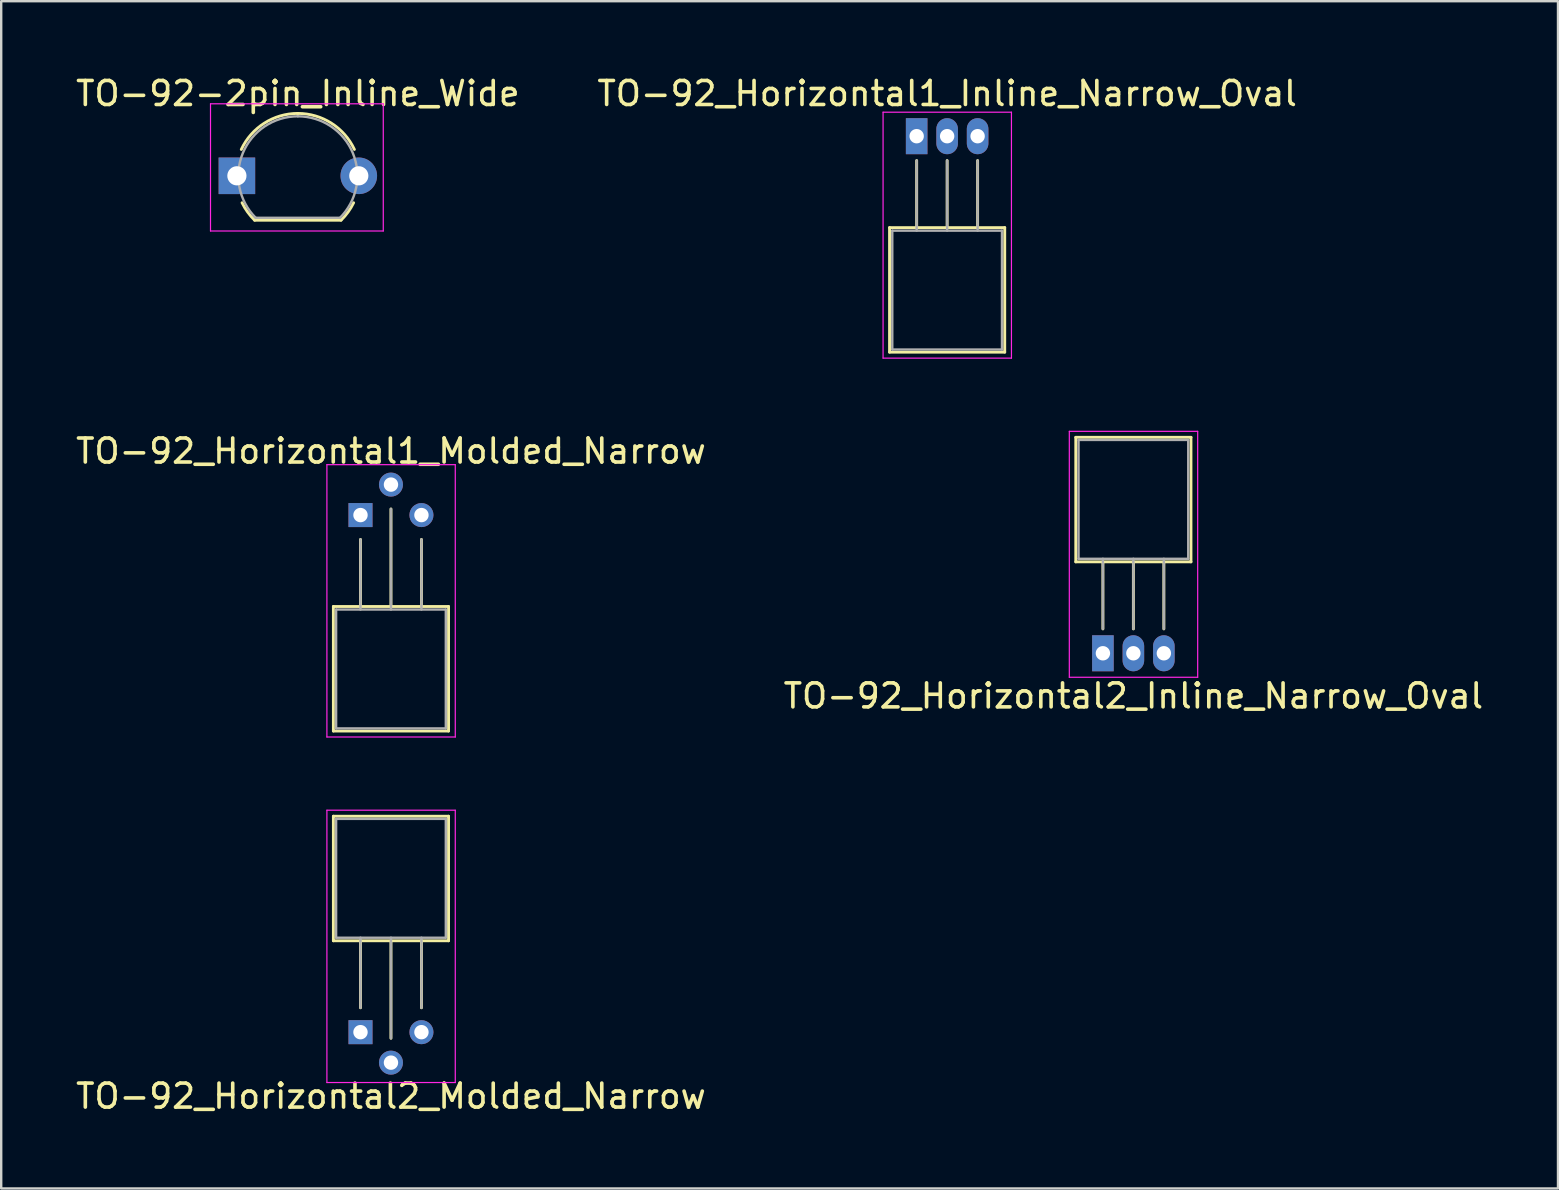
<source format=kicad_pcb>
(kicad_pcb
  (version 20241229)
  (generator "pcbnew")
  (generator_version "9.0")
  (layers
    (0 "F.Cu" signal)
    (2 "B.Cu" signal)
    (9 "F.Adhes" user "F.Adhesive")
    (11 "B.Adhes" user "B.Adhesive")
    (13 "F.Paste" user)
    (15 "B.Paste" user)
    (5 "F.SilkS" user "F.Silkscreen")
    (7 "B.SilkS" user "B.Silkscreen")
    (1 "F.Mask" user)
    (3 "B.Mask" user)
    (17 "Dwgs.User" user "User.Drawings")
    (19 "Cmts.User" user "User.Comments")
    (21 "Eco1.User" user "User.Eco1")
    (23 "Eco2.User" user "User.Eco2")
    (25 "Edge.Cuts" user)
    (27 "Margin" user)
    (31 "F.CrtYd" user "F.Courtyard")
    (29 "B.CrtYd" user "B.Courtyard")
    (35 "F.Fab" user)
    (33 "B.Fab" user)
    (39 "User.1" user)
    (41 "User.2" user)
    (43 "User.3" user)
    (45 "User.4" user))
  (footprint "TO-92-2pin_Inline_Wide"
    (layer "F.Cu")
    (at 6.823 4.277)
    (property "Reference" "TO-92-2pin_Inline_Wide" (at 2.54 -3.429 180) (layer "F.SilkS") (effects (font (size 1 1) (thickness 0.15))))
    (attr through_hole)
    (fp_line (start 0.74 1.85) (end 4.34 1.85) (stroke (width 0.12) (type solid)) (layer "F.SilkS"))
    (fp_arc (start 0.1836 -1.098807) (mid 1.143021 -2.192817) (end 2.54 -2.6) (stroke (width 0.12) (type solid)) (layer "F.SilkS"))
    (fp_arc (start 0.74 1.85) (mid 0.446097 1.509328) (end 0.215816 1.122795) (stroke (width 0.12) (type solid)) (layer "F.SilkS"))
    (fp_arc (start 2.54 -2.6) (mid 3.936979 -2.192818) (end 4.8964 -1.098807) (stroke (width 0.12) (type solid)) (layer "F.SilkS"))
    (fp_arc (start 4.864184 1.122795) (mid 4.633903 1.509328) (end 4.34 1.85) (stroke (width 0.12) (type solid)) (layer "F.SilkS"))
    (fp_line (start -1.1 -3) (end 6.1 -3) (stroke (width 0.05) (type solid)) (layer "F.CrtYd"))
    (fp_line (start -1.1 2.3) (end -1.1 -3) (stroke (width 0.05) (type solid)) (layer "F.CrtYd"))
    (fp_line (start 6.1 -3) (end 6.1 2.3) (stroke (width 0.05) (type solid)) (layer "F.CrtYd"))
    (fp_line (start 6.1 2.3) (end -1.1 2.3) (stroke (width 0.05) (type solid)) (layer "F.CrtYd"))
    (fp_line (start 0.8 1.75) (end 4.3 1.75) (stroke (width 0.1) (type solid)) (layer "F.Fab"))
    (fp_arc (start 0.786375 1.753625) (mid 0.248779 -0.949055) (end 2.54 -2.48) (stroke (width 0.1) (type solid)) (layer "F.Fab"))
    (fp_arc (start 2.54 -2.48) (mid 4.831221 -0.949055) (end 4.293625 1.753625) (stroke (width 0.1) (type solid)) (layer "F.Fab"))
    (pad "1" thru_hole rect (at 0 0 90) (size 1.524 1.524) (drill 0.8) (layers "*.Cu" "*.Mask"))
    (pad "2" thru_hole circle (at 5.08 0 90) (size 1.524 1.524) (drill 0.8) (layers "*.Cu" "*.Mask")))
  (footprint "TO-92_Horizontal2_Molded_Narrow"
    (layer "F.Cu")
    (at 11.974 39.967)
    (property "Reference" "TO-92_Horizontal2_Molded_Narrow" (at 1.27 2.667 180) (layer "F.SilkS") (effects (font (size 1 1) (thickness 0.15))))
    (attr through_hole)
    (fp_line (start -1.13 -9) (end -1.13 -3.81) (stroke (width 0.12) (type solid)) (layer "F.SilkS"))
    (fp_line (start -1.13 -3.81) (end 3.67 -3.81) (stroke (width 0.12) (type solid)) (layer "F.SilkS"))
    (fp_line (start 0 -1.016) (end 0 -3.81) (stroke (width 0.12) (type solid)) (layer "F.SilkS"))
    (fp_line (start 1.27 0.254) (end 1.27 -3.81) (stroke (width 0.12) (type solid)) (layer "F.SilkS"))
    (fp_line (start 2.54 -1.016) (end 2.54 -3.81) (stroke (width 0.12) (type solid)) (layer "F.SilkS"))
    (fp_line (start 3.67 -9) (end -1.13 -9) (stroke (width 0.12) (type solid)) (layer "F.SilkS"))
    (fp_line (start 3.67 -3.81) (end 3.67 -9) (stroke (width 0.12) (type solid)) (layer "F.SilkS"))
    (fp_line (start -1.4 -9.25) (end -1.4 2.1) (stroke (width 0.05) (type solid)) (layer "F.CrtYd"))
    (fp_line (start -1.4 -9.25) (end 3.95 -9.25) (stroke (width 0.05) (type solid)) (layer "F.CrtYd"))
    (fp_line (start -1.4 2.1) (end 3.95 2.1) (stroke (width 0.05) (type solid)) (layer "F.CrtYd"))
    (fp_line (start 3.95 -9.25) (end 3.95 2.1) (stroke (width 0.05) (type solid)) (layer "F.CrtYd"))
    (fp_line (start -1.016 -8.89) (end -1.016 -3.937) (stroke (width 0.1) (type solid)) (layer "F.Fab"))
    (fp_line (start -1.016 -3.937) (end 3.556 -3.937) (stroke (width 0.1) (type solid)) (layer "F.Fab"))
    (fp_line (start 0 -3.937) (end 0 -1.016) (stroke (width 0.1) (type solid)) (layer "F.Fab"))
    (fp_line (start 1.27 -3.937) (end 1.27 0.254) (stroke (width 0.1) (type solid)) (layer "F.Fab"))
    (fp_line (start 2.54 -3.937) (end 2.54 -1.016) (stroke (width 0.1) (type solid)) (layer "F.Fab"))
    (fp_line (start 3.556 -8.89) (end -1.016 -8.89) (stroke (width 0.1) (type solid)) (layer "F.Fab"))
    (fp_line (start 3.556 -3.937) (end 3.556 -8.89) (stroke (width 0.1) (type solid)) (layer "F.Fab"))
    (pad "1" thru_hole rect (at 0 0 270) (size 1.001 1.001) (drill 0.6) (layers "*.Cu" "*.Mask"))
    (pad "2" thru_hole circle (at 1.27 1.27 270) (size 1.001 1.001) (drill 0.6) (layers "*.Cu" "*.Mask"))
    (pad "3" thru_hole circle (at 2.54 0 270) (size 1.001 1.001) (drill 0.6) (layers "*.Cu" "*.Mask")))
  (footprint "TO-92_Horizontal1_Molded_Narrow"
    (layer "F.Cu")
    (at 11.974 18.416)
    (property "Reference" "TO-92_Horizontal1_Molded_Narrow" (at 1.27 -2.667 0) (layer "F.SilkS") (effects (font (size 1 1) (thickness 0.15))))
    (attr through_hole)
    (fp_line (start -1.13 3.81) (end 3.67 3.81) (stroke (width 0.12) (type solid)) (layer "F.SilkS"))
    (fp_line (start -1.13 9) (end -1.13 3.81) (stroke (width 0.12) (type solid)) (layer "F.SilkS"))
    (fp_line (start 0 1.016) (end 0 3.81) (stroke (width 0.12) (type solid)) (layer "F.SilkS"))
    (fp_line (start 1.27 -0.254) (end 1.27 3.81) (stroke (width 0.12) (type solid)) (layer "F.SilkS"))
    (fp_line (start 2.54 1.016) (end 2.54 3.81) (stroke (width 0.12) (type solid)) (layer "F.SilkS"))
    (fp_line (start 3.67 3.81) (end 3.67 9) (stroke (width 0.12) (type solid)) (layer "F.SilkS"))
    (fp_line (start 3.67 9) (end -1.13 9) (stroke (width 0.12) (type solid)) (layer "F.SilkS"))
    (fp_line (start -1.4 -2.1) (end 3.95 -2.1) (stroke (width 0.05) (type solid)) (layer "F.CrtYd"))
    (fp_line (start -1.4 9.25) (end -1.4 -2.1) (stroke (width 0.05) (type solid)) (layer "F.CrtYd"))
    (fp_line (start -1.4 9.25) (end 3.95 9.25) (stroke (width 0.05) (type solid)) (layer "F.CrtYd"))
    (fp_line (start 3.95 9.25) (end 3.95 -2.1) (stroke (width 0.05) (type solid)) (layer "F.CrtYd"))
    (fp_line (start -1.016 3.937) (end 3.556 3.937) (stroke (width 0.1) (type solid)) (layer "F.Fab"))
    (fp_line (start -1.016 8.89) (end -1.016 3.937) (stroke (width 0.1) (type solid)) (layer "F.Fab"))
    (fp_line (start 0 3.937) (end 0 1.016) (stroke (width 0.1) (type solid)) (layer "F.Fab"))
    (fp_line (start 1.27 3.937) (end 1.27 -0.254) (stroke (width 0.1) (type solid)) (layer "F.Fab"))
    (fp_line (start 2.54 3.937) (end 2.54 1.016) (stroke (width 0.1) (type solid)) (layer "F.Fab"))
    (fp_line (start 3.556 3.937) (end 3.556 8.89) (stroke (width 0.1) (type solid)) (layer "F.Fab"))
    (fp_line (start 3.556 8.89) (end -1.016 8.89) (stroke (width 0.1) (type solid)) (layer "F.Fab"))
    (pad "1" thru_hole rect (at 0 0 90) (size 1.001 1.001) (drill 0.6) (layers "*.Cu" "*.Mask"))
    (pad "2" thru_hole circle (at 1.27 -1.27 90) (size 1.001 1.001) (drill 0.6) (layers "*.Cu" "*.Mask"))
    (pad "3" thru_hole circle (at 2.54 0 90) (size 1.001 1.001) (drill 0.6) (layers "*.Cu" "*.Mask")))
  (footprint "TO-92_Horizontal1_Inline_Narrow_Oval"
    (layer "F.Cu")
    (at 35.153 2.626)
    (property "Reference" "TO-92_Horizontal1_Inline_Narrow_Oval" (at 1.27 -1.778 180) (layer "F.SilkS") (effects (font (size 1 1) (thickness 0.15))))
    (attr through_hole)
    (fp_line (start -1.13 3.81) (end 3.67 3.81) (stroke (width 0.12) (type solid)) (layer "F.SilkS"))
    (fp_line (start -1.13 9) (end -1.13 3.81) (stroke (width 0.12) (type solid)) (layer "F.SilkS"))
    (fp_line (start 0 1.016) (end 0 3.81) (stroke (width 0.12) (type solid)) (layer "F.SilkS"))
    (fp_line (start 1.27 1.016) (end 1.27 3.81) (stroke (width 0.12) (type solid)) (layer "F.SilkS"))
    (fp_line (start 2.54 1.016) (end 2.54 3.81) (stroke (width 0.12) (type solid)) (layer "F.SilkS"))
    (fp_line (start 3.67 3.81) (end 3.67 9) (stroke (width 0.12) (type solid)) (layer "F.SilkS"))
    (fp_line (start 3.67 9) (end -1.13 9) (stroke (width 0.12) (type solid)) (layer "F.SilkS"))
    (fp_line (start -1.4 -1) (end 3.95 -1) (stroke (width 0.05) (type solid)) (layer "F.CrtYd"))
    (fp_line (start -1.4 9.25) (end -1.4 -1) (stroke (width 0.05) (type solid)) (layer "F.CrtYd"))
    (fp_line (start -1.4 9.25) (end 3.95 9.25) (stroke (width 0.05) (type solid)) (layer "F.CrtYd"))
    (fp_line (start 3.95 9.25) (end 3.95 -1) (stroke (width 0.05) (type solid)) (layer "F.CrtYd"))
    (fp_line (start -1.016 3.937) (end 3.556 3.937) (stroke (width 0.1) (type solid)) (layer "F.Fab"))
    (fp_line (start -1.016 8.89) (end -1.016 3.937) (stroke (width 0.1) (type solid)) (layer "F.Fab"))
    (fp_line (start 0 3.937) (end 0 1.016) (stroke (width 0.1) (type solid)) (layer "F.Fab"))
    (fp_line (start 1.27 3.937) (end 1.27 1.016) (stroke (width 0.1) (type solid)) (layer "F.Fab"))
    (fp_line (start 2.54 3.937) (end 2.54 1.016) (stroke (width 0.1) (type solid)) (layer "F.Fab"))
    (fp_line (start 3.556 3.937) (end 3.556 8.89) (stroke (width 0.1) (type solid)) (layer "F.Fab"))
    (fp_line (start 3.556 8.89) (end -1.016 8.89) (stroke (width 0.1) (type solid)) (layer "F.Fab"))
    (pad "1" thru_hole rect (at 0 0 180) (size 0.899 1.501) (drill 0.6) (layers "*.Cu" "*.Mask"))
    (pad "2" thru_hole oval (at 1.27 0 180) (size 0.899 1.501) (drill 0.6) (layers "*.Cu" "*.Mask"))
    (pad "3" thru_hole oval (at 2.54 0 180) (size 0.899 1.501) (drill 0.6) (layers "*.Cu" "*.Mask")))
  (footprint "TO-92_Horizontal2_Inline_Narrow_Oval"
    (layer "F.Cu")
    (at 42.915 24.176)
    (property "Reference" "TO-92_Horizontal2_Inline_Narrow_Oval" (at 1.27 1.778 0) (layer "F.SilkS") (effects (font (size 1 1) (thickness 0.15))))
    (attr through_hole)
    (fp_line (start -1.13 -9) (end -1.13 -3.81) (stroke (width 0.12) (type solid)) (layer "F.SilkS"))
    (fp_line (start -1.13 -3.81) (end 3.67 -3.81) (stroke (width 0.12) (type solid)) (layer "F.SilkS"))
    (fp_line (start 0 -1.016) (end 0 -3.81) (stroke (width 0.12) (type solid)) (layer "F.SilkS"))
    (fp_line (start 1.27 -1.016) (end 1.27 -3.81) (stroke (width 0.12) (type solid)) (layer "F.SilkS"))
    (fp_line (start 2.54 -1.016) (end 2.54 -3.81) (stroke (width 0.12) (type solid)) (layer "F.SilkS"))
    (fp_line (start 3.67 -9) (end -1.13 -9) (stroke (width 0.12) (type solid)) (layer "F.SilkS"))
    (fp_line (start 3.67 -3.81) (end 3.67 -9) (stroke (width 0.12) (type solid)) (layer "F.SilkS"))
    (fp_line (start -1.4 -9.25) (end -1.4 1) (stroke (width 0.05) (type solid)) (layer "F.CrtYd"))
    (fp_line (start -1.4 -9.25) (end 3.95 -9.25) (stroke (width 0.05) (type solid)) (layer "F.CrtYd"))
    (fp_line (start -1.4 1) (end 3.95 1) (stroke (width 0.05) (type solid)) (layer "F.CrtYd"))
    (fp_line (start 3.95 -9.25) (end 3.95 1) (stroke (width 0.05) (type solid)) (layer "F.CrtYd"))
    (fp_line (start -1.016 -8.89) (end -1.016 -3.937) (stroke (width 0.1) (type solid)) (layer "F.Fab"))
    (fp_line (start -1.016 -3.937) (end 3.556 -3.937) (stroke (width 0.1) (type solid)) (layer "F.Fab"))
    (fp_line (start 0 -3.937) (end 0 -1.016) (stroke (width 0.1) (type solid)) (layer "F.Fab"))
    (fp_line (start 1.27 -3.937) (end 1.27 -1.016) (stroke (width 0.1) (type solid)) (layer "F.Fab"))
    (fp_line (start 2.54 -3.937) (end 2.54 -1.016) (stroke (width 0.1) (type solid)) (layer "F.Fab"))
    (fp_line (start 3.556 -8.89) (end -1.016 -8.89) (stroke (width 0.1) (type solid)) (layer "F.Fab"))
    (fp_line (start 3.556 -3.937) (end 3.556 -8.89) (stroke (width 0.1) (type solid)) (layer "F.Fab"))
    (pad "1" thru_hole rect (at 0 0 180) (size 0.899 1.501) (drill 0.6) (layers "*.Cu" "*.Mask"))
    (pad "2" thru_hole oval (at 1.27 0 180) (size 0.899 1.501) (drill 0.6) (layers "*.Cu" "*.Mask"))
    (pad "3" thru_hole oval (at 2.54 0 180) (size 0.899 1.501) (drill 0.6) (layers "*.Cu" "*.Mask")))
  (gr_rect
    (start -3 -3)
    (end 61.881 46.482)
    (stroke (width 0.1) (type default))
    (fill no)
    (layer "Edge.Cuts")))
</source>
